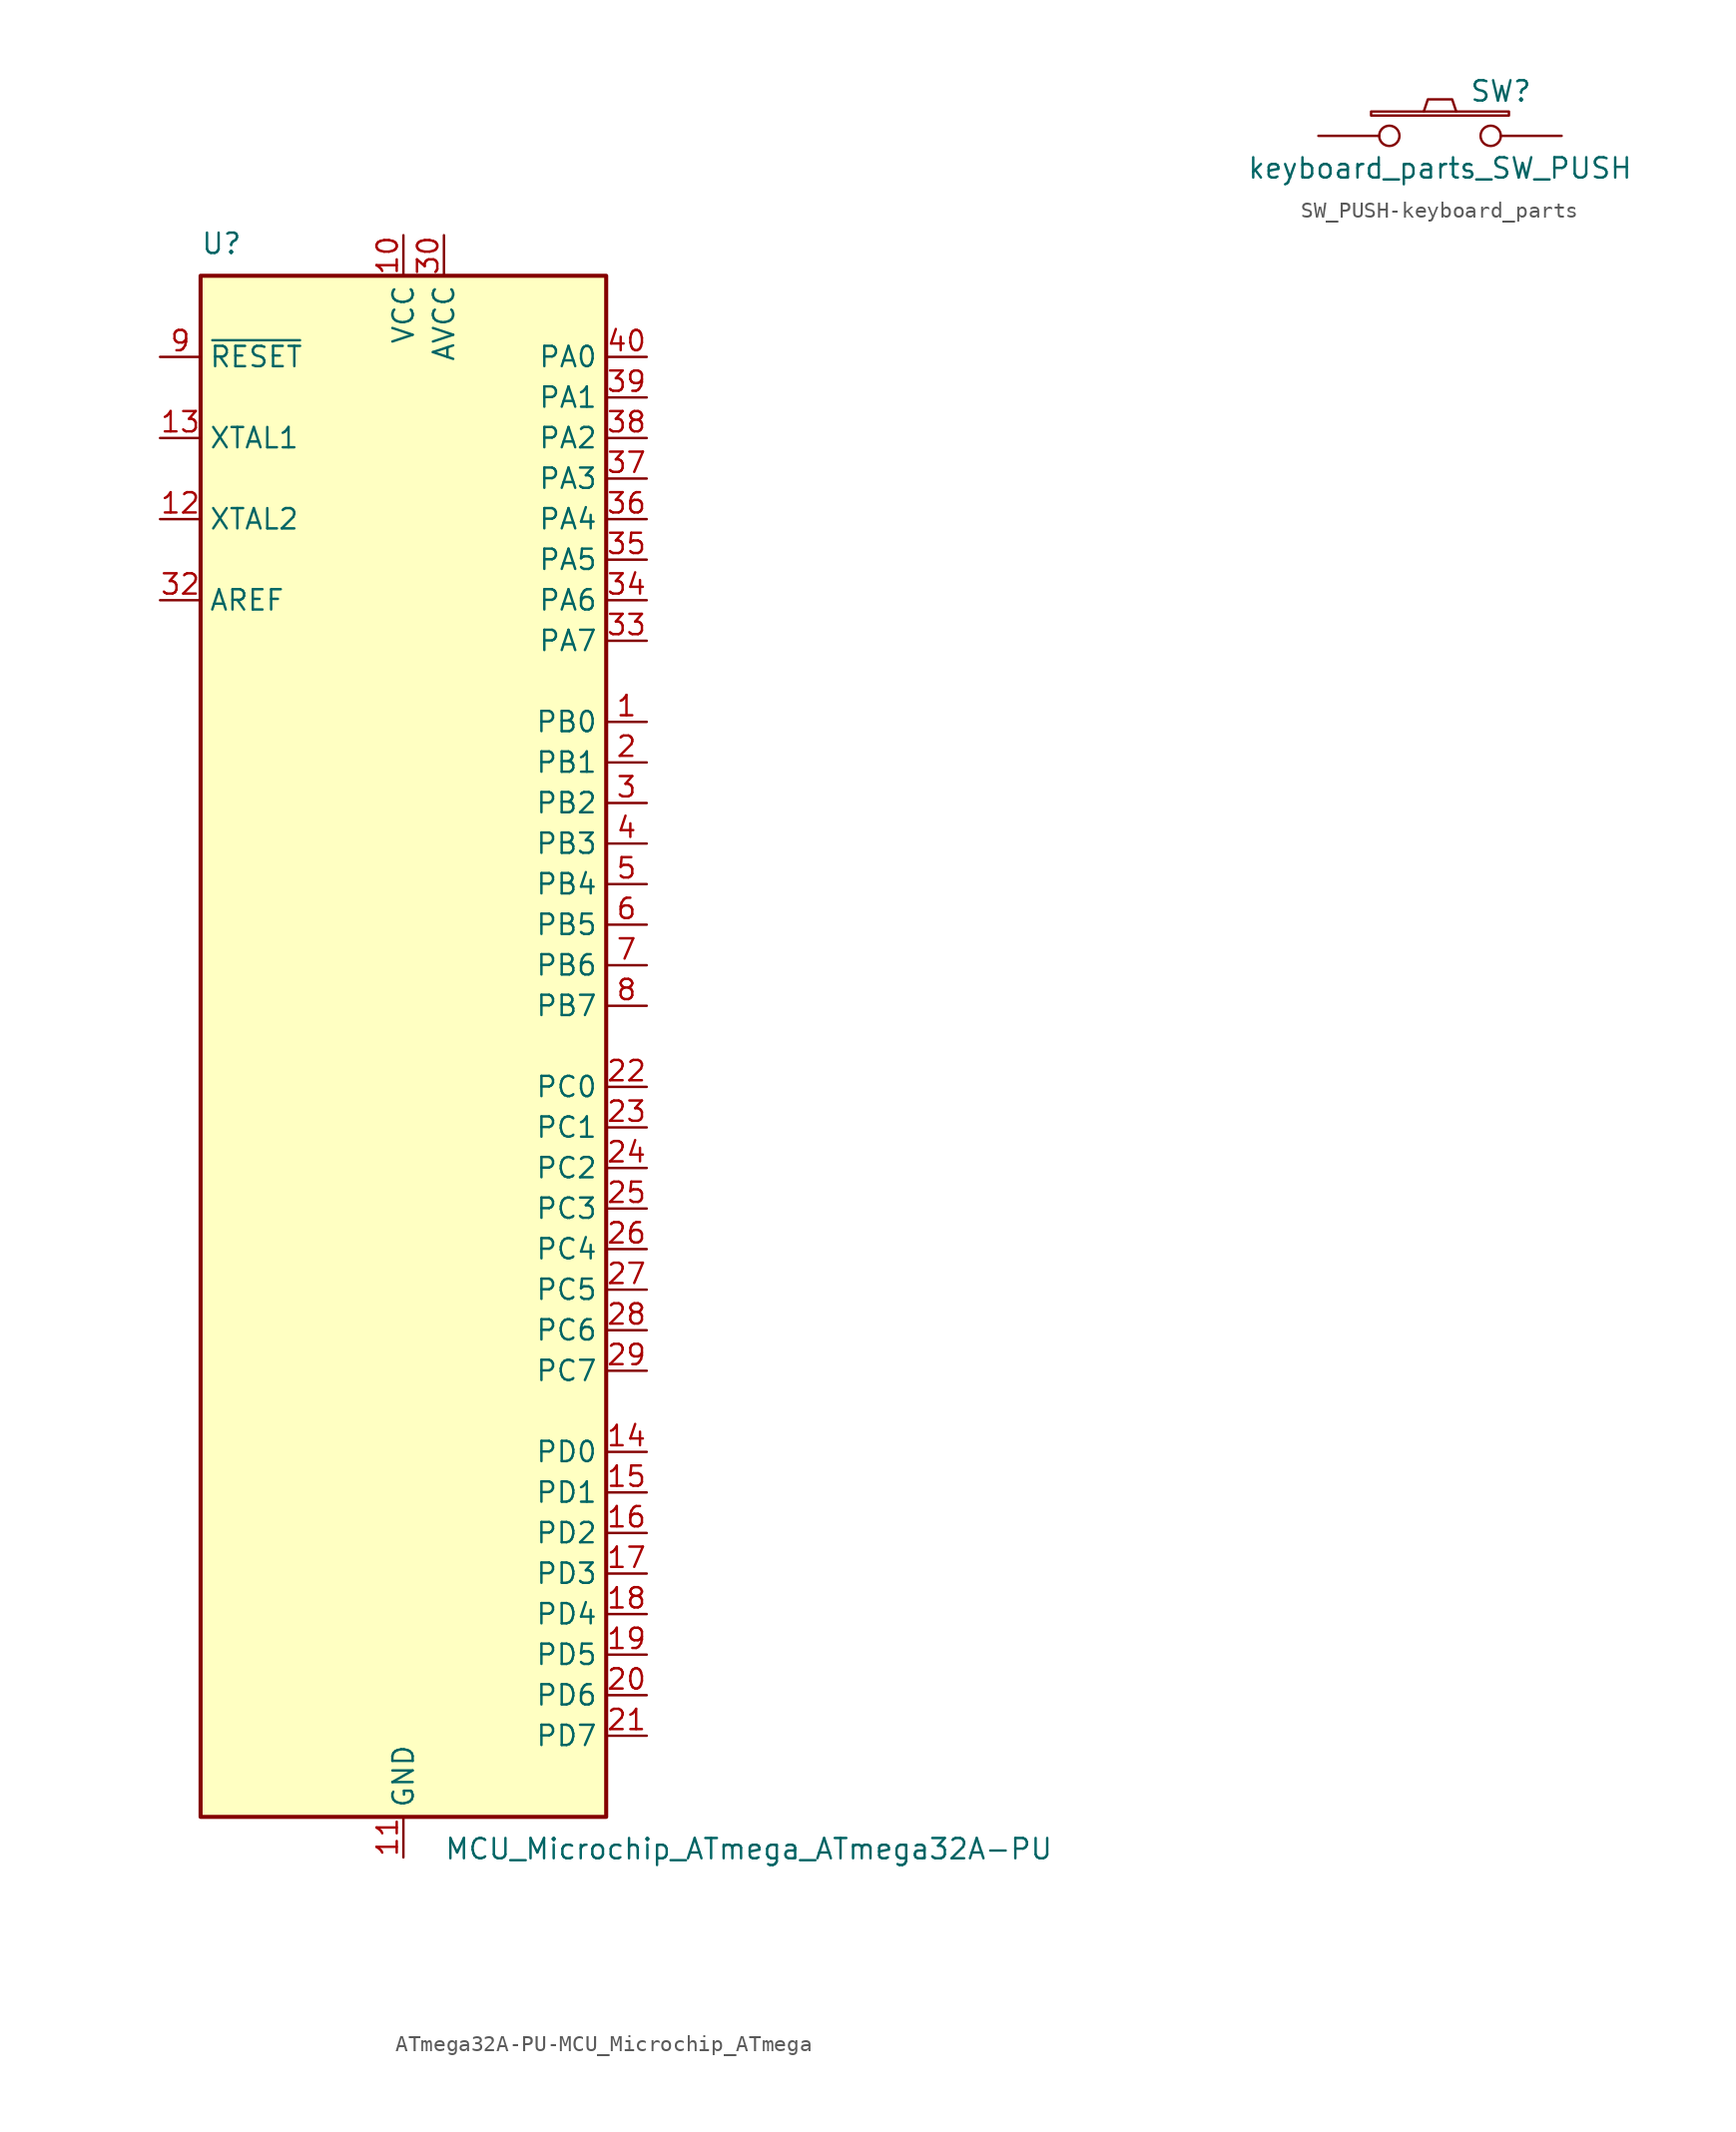
<source format=kicad_sym>
(kicad_symbol_lib
  (version 20231120)
  (generator "kicad_symbol_editor")
  (generator_version "8.0")
  (symbol "ATmega32A-PU-MCU_Microchip_ATmega"
    (property "Reference" "U"
      (at -12.7 49.53 0)
      (effects (font (size 1.27 1.27)) (justify left bottom)))
    (property "Value" "MCU_Microchip_ATmega_ATmega32A-PU"
      (at 2.54 -49.53 0)
      (effects (font (size 1.27 1.27)) (justify left top)))
    (symbol "ATmega32A-PU-MCU_Microchip_ATmega_0_1"
      (rectangle (start -12.7 -48.26) (end 12.7 48.26) (stroke (width 0.254) (type solid)) (fill (type background))))
    (symbol "ATmega32A-PU-MCU_Microchip_ATmega_1_1"
      (pin tri_state line (at 15.24 20.32 180) (length 2.54) (name "PB0" (effects (font (size 1.27 1.27)))) (number "1" (effects (font (size 1.27 1.27)))))
      (pin power_in line (at 0 50.8 270) (length 2.54) (name "VCC" (effects (font (size 1.27 1.27)))) (number "10" (effects (font (size 1.27 1.27)))))
      (pin power_in line (at 0 -50.8 90) (length 2.54) (name "GND" (effects (font (size 1.27 1.27)))) (number "11" (effects (font (size 1.27 1.27)))))
      (pin output line (at -15.24 33.02 0) (length 2.54) (name "XTAL2" (effects (font (size 1.27 1.27)))) (number "12" (effects (font (size 1.27 1.27)))))
      (pin input line (at -15.24 38.1 0) (length 2.54) (name "XTAL1" (effects (font (size 1.27 1.27)))) (number "13" (effects (font (size 1.27 1.27)))))
      (pin tri_state line (at 15.24 -25.4 180) (length 2.54) (name "PD0" (effects (font (size 1.27 1.27)))) (number "14" (effects (font (size 1.27 1.27)))))
      (pin tri_state line (at 15.24 -27.94 180) (length 2.54) (name "PD1" (effects (font (size 1.27 1.27)))) (number "15" (effects (font (size 1.27 1.27)))))
      (pin tri_state line (at 15.24 -30.48 180) (length 2.54) (name "PD2" (effects (font (size 1.27 1.27)))) (number "16" (effects (font (size 1.27 1.27)))))
      (pin tri_state line (at 15.24 -33.02 180) (length 2.54) (name "PD3" (effects (font (size 1.27 1.27)))) (number "17" (effects (font (size 1.27 1.27)))))
      (pin tri_state line (at 15.24 -35.56 180) (length 2.54) (name "PD4" (effects (font (size 1.27 1.27)))) (number "18" (effects (font (size 1.27 1.27)))))
      (pin tri_state line (at 15.24 -38.1 180) (length 2.54) (name "PD5" (effects (font (size 1.27 1.27)))) (number "19" (effects (font (size 1.27 1.27)))))
      (pin tri_state line (at 15.24 17.78 180) (length 2.54) (name "PB1" (effects (font (size 1.27 1.27)))) (number "2" (effects (font (size 1.27 1.27)))))
      (pin tri_state line (at 15.24 -40.64 180) (length 2.54) (name "PD6" (effects (font (size 1.27 1.27)))) (number "20" (effects (font (size 1.27 1.27)))))
      (pin tri_state line (at 15.24 -43.18 180) (length 2.54) (name "PD7" (effects (font (size 1.27 1.27)))) (number "21" (effects (font (size 1.27 1.27)))))
      (pin tri_state line (at 15.24 -2.54 180) (length 2.54) (name "PC0" (effects (font (size 1.27 1.27)))) (number "22" (effects (font (size 1.27 1.27)))))
      (pin tri_state line (at 15.24 -5.08 180) (length 2.54) (name "PC1" (effects (font (size 1.27 1.27)))) (number "23" (effects (font (size 1.27 1.27)))))
      (pin tri_state line (at 15.24 -7.62 180) (length 2.54) (name "PC2" (effects (font (size 1.27 1.27)))) (number "24" (effects (font (size 1.27 1.27)))))
      (pin tri_state line (at 15.24 -10.16 180) (length 2.54) (name "PC3" (effects (font (size 1.27 1.27)))) (number "25" (effects (font (size 1.27 1.27)))))
      (pin tri_state line (at 15.24 -12.7 180) (length 2.54) (name "PC4" (effects (font (size 1.27 1.27)))) (number "26" (effects (font (size 1.27 1.27)))))
      (pin tri_state line (at 15.24 -15.24 180) (length 2.54) (name "PC5" (effects (font (size 1.27 1.27)))) (number "27" (effects (font (size 1.27 1.27)))))
      (pin tri_state line (at 15.24 -17.78 180) (length 2.54) (name "PC6" (effects (font (size 1.27 1.27)))) (number "28" (effects (font (size 1.27 1.27)))))
      (pin tri_state line (at 15.24 -20.32 180) (length 2.54) (name "PC7" (effects (font (size 1.27 1.27)))) (number "29" (effects (font (size 1.27 1.27)))))
      (pin tri_state line (at 15.24 15.24 180) (length 2.54) (name "PB2" (effects (font (size 1.27 1.27)))) (number "3" (effects (font (size 1.27 1.27)))))
      (pin power_in line (at 2.54 50.8 270) (length 2.54) (name "AVCC" (effects (font (size 1.27 1.27)))) (number "30" (effects (font (size 1.27 1.27)))))
      (pin passive line (at 0 -50.8 90) (length 2.54) hide (name "GND" (effects (font (size 1.27 1.27)))) (number "31" (effects (font (size 1.27 1.27)))))
      (pin passive line (at -15.24 27.94 0) (length 2.54) (name "AREF" (effects (font (size 1.27 1.27)))) (number "32" (effects (font (size 1.27 1.27)))))
      (pin tri_state line (at 15.24 25.4 180) (length 2.54) (name "PA7" (effects (font (size 1.27 1.27)))) (number "33" (effects (font (size 1.27 1.27)))))
      (pin tri_state line (at 15.24 27.94 180) (length 2.54) (name "PA6" (effects (font (size 1.27 1.27)))) (number "34" (effects (font (size 1.27 1.27)))))
      (pin tri_state line (at 15.24 30.48 180) (length 2.54) (name "PA5" (effects (font (size 1.27 1.27)))) (number "35" (effects (font (size 1.27 1.27)))))
      (pin tri_state line (at 15.24 33.02 180) (length 2.54) (name "PA4" (effects (font (size 1.27 1.27)))) (number "36" (effects (font (size 1.27 1.27)))))
      (pin tri_state line (at 15.24 35.56 180) (length 2.54) (name "PA3" (effects (font (size 1.27 1.27)))) (number "37" (effects (font (size 1.27 1.27)))))
      (pin tri_state line (at 15.24 38.1 180) (length 2.54) (name "PA2" (effects (font (size 1.27 1.27)))) (number "38" (effects (font (size 1.27 1.27)))))
      (pin tri_state line (at 15.24 40.64 180) (length 2.54) (name "PA1" (effects (font (size 1.27 1.27)))) (number "39" (effects (font (size 1.27 1.27)))))
      (pin tri_state line (at 15.24 12.7 180) (length 2.54) (name "PB3" (effects (font (size 1.27 1.27)))) (number "4" (effects (font (size 1.27 1.27)))))
      (pin tri_state line (at 15.24 43.18 180) (length 2.54) (name "PA0" (effects (font (size 1.27 1.27)))) (number "40" (effects (font (size 1.27 1.27)))))
      (pin tri_state line (at 15.24 10.16 180) (length 2.54) (name "PB4" (effects (font (size 1.27 1.27)))) (number "5" (effects (font (size 1.27 1.27)))))
      (pin tri_state line (at 15.24 7.62 180) (length 2.54) (name "PB5" (effects (font (size 1.27 1.27)))) (number "6" (effects (font (size 1.27 1.27)))))
      (pin tri_state line (at 15.24 5.08 180) (length 2.54) (name "PB6" (effects (font (size 1.27 1.27)))) (number "7" (effects (font (size 1.27 1.27)))))
      (pin tri_state line (at 15.24 2.54 180) (length 2.54) (name "PB7" (effects (font (size 1.27 1.27)))) (number "8" (effects (font (size 1.27 1.27)))))
      (pin input line (at -15.24 43.18 0) (length 2.54) (name "~{RESET}" (effects (font (size 1.27 1.27)))) (number "9" (effects (font (size 1.27 1.27)))))))
  (symbol "SW_PUSH-keyboard_parts"
    (pin_numbers hide)
    (pin_names
      (offset 1.016) hide)
    (property "Reference" "SW"
      (at 3.81 2.794 0)
      (effects (font (size 1.27 1.27))))
    (property "Value" "keyboard_parts_SW_PUSH"
      (at 0 -2.032 0)
      (effects (font (size 1.27 1.27))))
    (property "Footprint" ""
      (at 0 0 0)
      (effects (font (size 1.524 1.524))))
    (property "Datasheet" ""
      (at 0 0 0)
      (effects (font (size 1.524 1.524))))
    (symbol "SW_PUSH-keyboard_parts_0_1"
      (rectangle (start -4.318 1.27) (end 4.318 1.524) (stroke (width 0) (type solid)) (fill (type none)))
      (polyline (pts (xy -1.016 1.524) (xy -0.762 2.286) (xy 0.762 2.286) (xy 1.016 1.524)) (stroke (width 0) (type solid)) (fill (type none)))
      (pin passive inverted (at -7.62 0 0) (length 5.08) (name "1" (effects (font (size 1.524 1.524)))) (number "1" (effects (font (size 1.524 1.524)))))
      (pin passive inverted (at 7.62 0 180) (length 5.08) (name "2" (effects (font (size 1.524 1.524)))) (number "2" (effects (font (size 1.524 1.524))))))))
</source>
